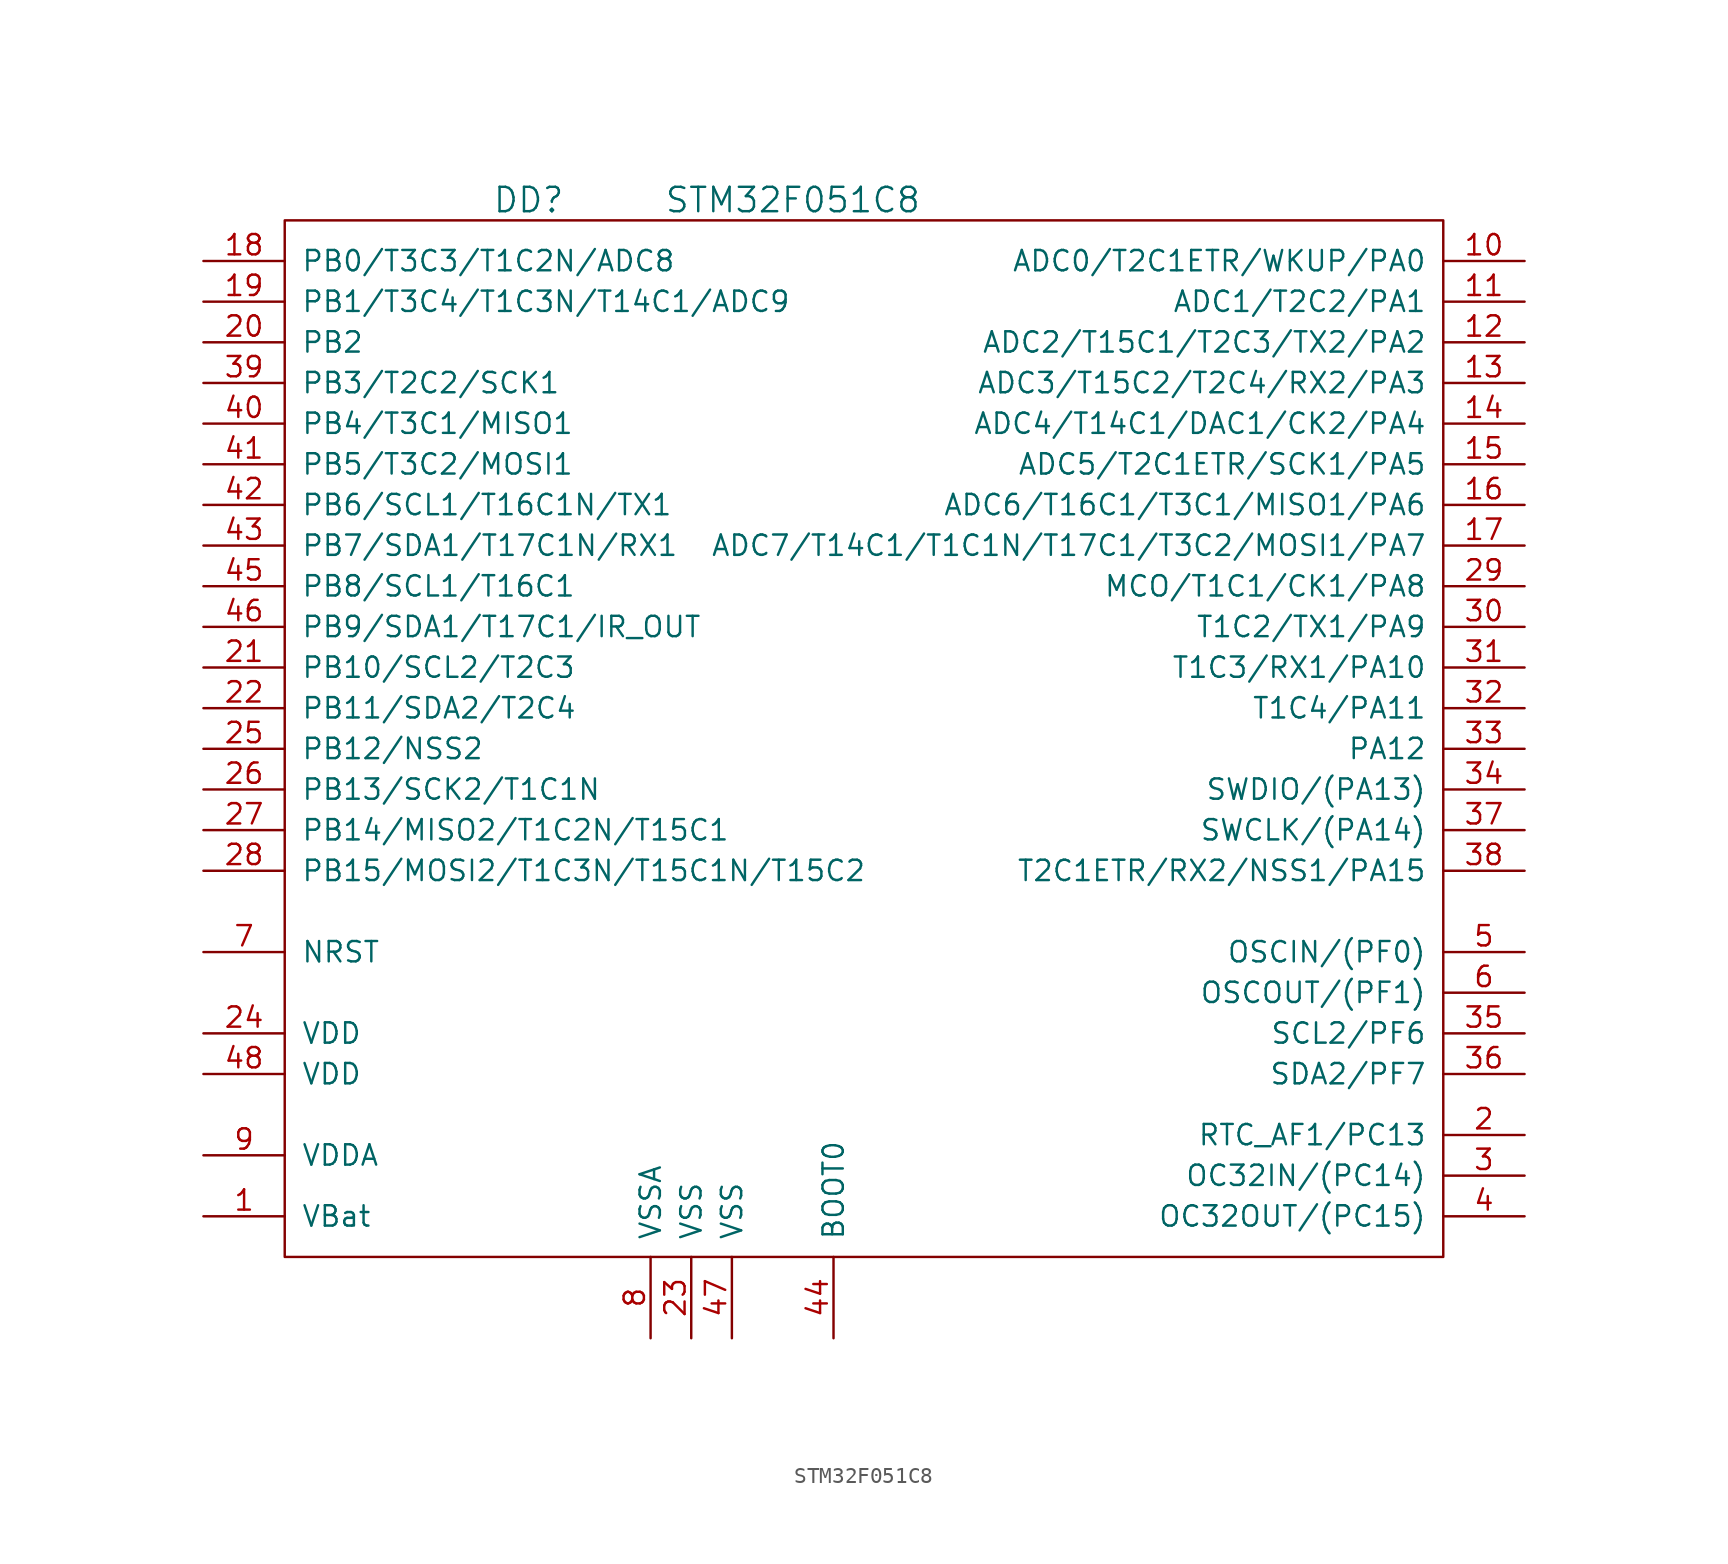
<source format=kicad_sym>
(kicad_symbol_lib
  (version 20201005)
  (generator kicad_symbol_editor)
  (symbol "st_kl:STM32F051C8"
    (pin_names
      (offset 1.016))
    (property "Reference" "DD"
      (at -22.86 34.29 0)
      (effects (font (size 1.524 1.524))))
    (property "Value" "STM32F051C8"
      (at -6.35 34.29 0)
      (effects (font (size 1.524 1.524))))
    (property "Footprint" ""
      (at -10.16 0 0)
      (effects (font (size 1.524 1.524))))
    (property "Datasheet" ""
      (at -10.16 0 0)
      (effects (font (size 1.524 1.524))))
    (symbol "STM32F051C8_0_1"
      (rectangle (start -38.1 33.02) (end 34.29 -31.75) (stroke (width 0)) (fill (type none))))
    (symbol "STM32F051C8_1_1"
      (pin power_in line (at -43.18 -29.21 0) (length 5.08) (name "VBat" (effects (font (size 1.27 1.27)))) (number "1" (effects (font (size 1.27 1.27)))))
      (pin passive line (at 39.37 30.48 180) (length 5.08) (name "ADC0/T2C1ETR/WKUP/PA0" (effects (font (size 1.27 1.27)))) (number "10" (effects (font (size 1.27 1.27)))))
      (pin passive line (at 39.37 27.94 180) (length 5.08) (name "ADC1/T2C2/PA1" (effects (font (size 1.27 1.27)))) (number "11" (effects (font (size 1.27 1.27)))))
      (pin passive line (at 39.37 25.4 180) (length 5.08) (name "ADC2/T15C1/T2C3/TX2/PA2" (effects (font (size 1.27 1.27)))) (number "12" (effects (font (size 1.27 1.27)))))
      (pin passive line (at 39.37 22.86 180) (length 5.08) (name "ADC3/T15C2/T2C4/RX2/PA3" (effects (font (size 1.27 1.27)))) (number "13" (effects (font (size 1.27 1.27)))))
      (pin passive line (at 39.37 20.32 180) (length 5.08) (name "ADC4/T14C1/DAC1/CK2/PA4" (effects (font (size 1.27 1.27)))) (number "14" (effects (font (size 1.27 1.27)))))
      (pin passive line (at 39.37 17.78 180) (length 5.08) (name "ADC5/T2C1ETR/SCK1/PA5" (effects (font (size 1.27 1.27)))) (number "15" (effects (font (size 1.27 1.27)))))
      (pin passive line (at 39.37 15.24 180) (length 5.08) (name "ADC6/T16C1/T3C1/MISO1/PA6" (effects (font (size 1.27 1.27)))) (number "16" (effects (font (size 1.27 1.27)))))
      (pin passive line (at 39.37 12.7 180) (length 5.08) (name "ADC7/T14C1/T1C1N/T17C1/T3C2/MOSI1/PA7" (effects (font (size 1.27 1.27)))) (number "17" (effects (font (size 1.27 1.27)))))
      (pin passive line (at -43.18 30.48 0) (length 5.08) (name "PB0/T3C3/T1C2N/ADC8" (effects (font (size 1.27 1.27)))) (number "18" (effects (font (size 1.27 1.27)))))
      (pin passive line (at -43.18 27.94 0) (length 5.08) (name "PB1/T3C4/T1C3N/T14C1/ADC9" (effects (font (size 1.27 1.27)))) (number "19" (effects (font (size 1.27 1.27)))))
      (pin passive line (at 39.37 -24.13 180) (length 5.08) (name "RTC_AF1/PC13" (effects (font (size 1.27 1.27)))) (number "2" (effects (font (size 1.27 1.27)))))
      (pin passive line (at -43.18 25.4 0) (length 5.08) (name "PB2" (effects (font (size 1.27 1.27)))) (number "20" (effects (font (size 1.27 1.27)))))
      (pin passive line (at -43.18 5.08 0) (length 5.08) (name "PB10/SCL2/T2C3" (effects (font (size 1.27 1.27)))) (number "21" (effects (font (size 1.27 1.27)))))
      (pin passive line (at -43.18 2.54 0) (length 5.08) (name "PB11/SDA2/T2C4" (effects (font (size 1.27 1.27)))) (number "22" (effects (font (size 1.27 1.27)))))
      (pin power_in line (at -12.7 -36.83 90) (length 5.08) (name "VSS" (effects (font (size 1.27 1.27)))) (number "23" (effects (font (size 1.27 1.27)))))
      (pin power_in line (at -43.18 -17.78 0) (length 5.08) (name "VDD" (effects (font (size 1.27 1.27)))) (number "24" (effects (font (size 1.27 1.27)))))
      (pin passive line (at -43.18 0 0) (length 5.08) (name "PB12/NSS2" (effects (font (size 1.27 1.27)))) (number "25" (effects (font (size 1.27 1.27)))))
      (pin passive line (at -43.18 -2.54 0) (length 5.08) (name "PB13/SCK2/T1C1N" (effects (font (size 1.27 1.27)))) (number "26" (effects (font (size 1.27 1.27)))))
      (pin passive line (at -43.18 -5.08 0) (length 5.08) (name "PB14/MISO2/T1C2N/T15C1" (effects (font (size 1.27 1.27)))) (number "27" (effects (font (size 1.27 1.27)))))
      (pin passive line (at -43.18 -7.62 0) (length 5.08) (name "PB15/MOSI2/T1C3N/T15C1N/T15C2" (effects (font (size 1.27 1.27)))) (number "28" (effects (font (size 1.27 1.27)))))
      (pin passive line (at 39.37 10.16 180) (length 5.08) (name "MCO/T1C1/CK1/PA8" (effects (font (size 1.27 1.27)))) (number "29" (effects (font (size 1.27 1.27)))))
      (pin passive line (at 39.37 -26.67 180) (length 5.08) (name "OC32IN/(PC14)" (effects (font (size 1.27 1.27)))) (number "3" (effects (font (size 1.27 1.27)))))
      (pin passive line (at 39.37 7.62 180) (length 5.08) (name "T1C2/TX1/PA9" (effects (font (size 1.27 1.27)))) (number "30" (effects (font (size 1.27 1.27)))))
      (pin passive line (at 39.37 5.08 180) (length 5.08) (name "T1C3/RX1/PA10" (effects (font (size 1.27 1.27)))) (number "31" (effects (font (size 1.27 1.27)))))
      (pin passive line (at 39.37 2.54 180) (length 5.08) (name "T1C4/PA11" (effects (font (size 1.27 1.27)))) (number "32" (effects (font (size 1.27 1.27)))))
      (pin passive line (at 39.37 0 180) (length 5.08) (name "PA12" (effects (font (size 1.27 1.27)))) (number "33" (effects (font (size 1.27 1.27)))))
      (pin passive line (at 39.37 -2.54 180) (length 5.08) (name "SWDIO/(PA13)" (effects (font (size 1.27 1.27)))) (number "34" (effects (font (size 1.27 1.27)))))
      (pin passive line (at 39.37 -17.78 180) (length 5.08) (name "SCL2/PF6" (effects (font (size 1.27 1.27)))) (number "35" (effects (font (size 1.27 1.27)))))
      (pin passive line (at 39.37 -20.32 180) (length 5.08) (name "SDA2/PF7" (effects (font (size 1.27 1.27)))) (number "36" (effects (font (size 1.27 1.27)))))
      (pin passive line (at 39.37 -5.08 180) (length 5.08) (name "SWCLK/(PA14)" (effects (font (size 1.27 1.27)))) (number "37" (effects (font (size 1.27 1.27)))))
      (pin passive line (at 39.37 -7.62 180) (length 5.08) (name "T2C1ETR/RX2/NSS1/PA15" (effects (font (size 1.27 1.27)))) (number "38" (effects (font (size 1.27 1.27)))))
      (pin passive line (at -43.18 22.86 0) (length 5.08) (name "PB3/T2C2/SCK1" (effects (font (size 1.27 1.27)))) (number "39" (effects (font (size 1.27 1.27)))))
      (pin passive line (at 39.37 -29.21 180) (length 5.08) (name "OC32OUT/(PC15)" (effects (font (size 1.27 1.27)))) (number "4" (effects (font (size 1.27 1.27)))))
      (pin passive line (at -43.18 20.32 0) (length 5.08) (name "PB4/T3C1/MISO1" (effects (font (size 1.27 1.27)))) (number "40" (effects (font (size 1.27 1.27)))))
      (pin passive line (at -43.18 17.78 0) (length 5.08) (name "PB5/T3C2/MOSI1" (effects (font (size 1.27 1.27)))) (number "41" (effects (font (size 1.27 1.27)))))
      (pin passive line (at -43.18 15.24 0) (length 5.08) (name "PB6/SCL1/T16C1N/TX1" (effects (font (size 1.27 1.27)))) (number "42" (effects (font (size 1.27 1.27)))))
      (pin passive line (at -43.18 12.7 0) (length 5.08) (name "PB7/SDA1/T17C1N/RX1" (effects (font (size 1.27 1.27)))) (number "43" (effects (font (size 1.27 1.27)))))
      (pin passive line (at -3.81 -36.83 90) (length 5.08) (name "BOOT0" (effects (font (size 1.27 1.27)))) (number "44" (effects (font (size 1.27 1.27)))))
      (pin passive line (at -43.18 10.16 0) (length 5.08) (name "PB8/SCL1/T16C1" (effects (font (size 1.27 1.27)))) (number "45" (effects (font (size 1.27 1.27)))))
      (pin passive line (at -43.18 7.62 0) (length 5.08) (name "PB9/SDA1/T17C1/IR_OUT" (effects (font (size 1.27 1.27)))) (number "46" (effects (font (size 1.27 1.27)))))
      (pin power_in line (at -10.16 -36.83 90) (length 5.08) (name "VSS" (effects (font (size 1.27 1.27)))) (number "47" (effects (font (size 1.27 1.27)))))
      (pin power_in line (at -43.18 -20.32 0) (length 5.08) (name "VDD" (effects (font (size 1.27 1.27)))) (number "48" (effects (font (size 1.27 1.27)))))
      (pin passive line (at 39.37 -12.7 180) (length 5.08) (name "OSCIN/(PF0)" (effects (font (size 1.27 1.27)))) (number "5" (effects (font (size 1.27 1.27)))))
      (pin passive line (at 39.37 -15.24 180) (length 5.08) (name "OSCOUT/(PF1)" (effects (font (size 1.27 1.27)))) (number "6" (effects (font (size 1.27 1.27)))))
      (pin passive line (at -43.18 -12.7 0) (length 5.08) (name "NRST" (effects (font (size 1.27 1.27)))) (number "7" (effects (font (size 1.27 1.27)))))
      (pin power_in line (at -15.24 -36.83 90) (length 5.08) (name "VSSA" (effects (font (size 1.27 1.27)))) (number "8" (effects (font (size 1.27 1.27)))))
      (pin power_in line (at -43.18 -25.4 0) (length 5.08) (name "VDDA" (effects (font (size 1.27 1.27)))) (number "9" (effects (font (size 1.27 1.27))))))))
</source>
